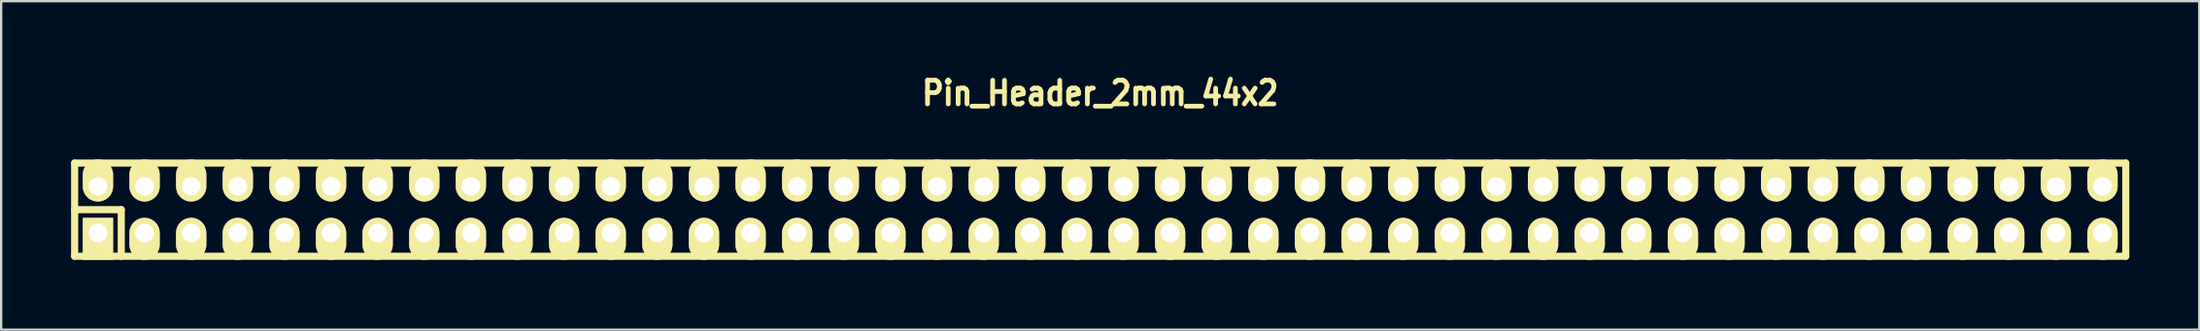
<source format=kicad_pcb>
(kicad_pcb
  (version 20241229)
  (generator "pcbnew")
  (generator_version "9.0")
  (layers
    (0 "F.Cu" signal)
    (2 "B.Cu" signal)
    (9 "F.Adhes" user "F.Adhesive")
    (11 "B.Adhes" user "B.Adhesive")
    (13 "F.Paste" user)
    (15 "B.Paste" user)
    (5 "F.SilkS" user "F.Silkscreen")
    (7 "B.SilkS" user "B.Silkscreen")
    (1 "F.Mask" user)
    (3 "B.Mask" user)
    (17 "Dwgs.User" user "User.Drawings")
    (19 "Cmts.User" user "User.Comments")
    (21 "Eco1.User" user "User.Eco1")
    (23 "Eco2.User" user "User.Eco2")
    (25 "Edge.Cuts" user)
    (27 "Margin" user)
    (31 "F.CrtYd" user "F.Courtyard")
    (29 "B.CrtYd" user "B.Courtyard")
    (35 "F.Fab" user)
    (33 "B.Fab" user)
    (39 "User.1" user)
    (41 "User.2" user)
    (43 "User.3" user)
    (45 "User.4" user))
  (footprint "Pin_Header_2mm_44x2"
    (layer "F.Cu")
    (at 44.152 5.951)
    (property "Reference" "Pin_Header_2mm_44x2" (at 0 -5 0) (layer "F.SilkS") (effects (font (size 1.016 0.889) (thickness 0.203))))
    (attr through_hole)
    (fp_line (start -44 -2) (end 44 -2) (stroke (width 0.305) (type solid)) (layer "F.SilkS"))
    (fp_line (start -44 0) (end -42 0) (stroke (width 0.305) (type solid)) (layer "F.SilkS"))
    (fp_line (start -44 2) (end -44 -2) (stroke (width 0.305) (type solid)) (layer "F.SilkS"))
    (fp_line (start -42 0) (end -42 2) (stroke (width 0.305) (type solid)) (layer "F.SilkS"))
    (fp_line (start 44 -2) (end 44 2) (stroke (width 0.305) (type solid)) (layer "F.SilkS"))
    (fp_line (start 44 2) (end -44 2) (stroke (width 0.305) (type solid)) (layer "F.SilkS"))
    (pad "1" thru_hole rect (at -43 1) (size 1.3 1.8) (drill 0.8 (offset 0 0.25)) (layers "*.Cu" "*.Mask" "F.SilkS"))
    (pad "2" thru_hole oval (at -43 -1) (size 1.3 1.8) (drill 0.8 (offset 0 -0.25)) (layers "*.Cu" "*.Mask" "F.SilkS"))
    (pad "3" thru_hole oval (at -41 1) (size 1.3 1.8) (drill 0.8 (offset 0 0.25)) (layers "*.Cu" "*.Mask" "F.SilkS"))
    (pad "4" thru_hole oval (at -41 -1) (size 1.3 1.8) (drill 0.8 (offset 0 -0.25)) (layers "*.Cu" "*.Mask" "F.SilkS"))
    (pad "5" thru_hole oval (at -39 1) (size 1.3 1.8) (drill 0.8 (offset 0 0.25)) (layers "*.Cu" "*.Mask" "F.SilkS"))
    (pad "6" thru_hole oval (at -39 -1) (size 1.3 1.8) (drill 0.8 (offset 0 -0.25)) (layers "*.Cu" "*.Mask" "F.SilkS"))
    (pad "7" thru_hole oval (at -37 1) (size 1.3 1.8) (drill 0.8 (offset 0 0.25)) (layers "*.Cu" "*.Mask" "F.SilkS"))
    (pad "8" thru_hole oval (at -37 -1) (size 1.3 1.8) (drill 0.8 (offset 0 -0.25)) (layers "*.Cu" "*.Mask" "F.SilkS"))
    (pad "9" thru_hole oval (at -35 1) (size 1.3 1.8) (drill 0.8 (offset 0 0.25)) (layers "*.Cu" "*.Mask" "F.SilkS"))
    (pad "10" thru_hole oval (at -35 -1) (size 1.3 1.8) (drill 0.8 (offset 0 -0.25)) (layers "*.Cu" "*.Mask" "F.SilkS"))
    (pad "11" thru_hole oval (at -33 1) (size 1.3 1.8) (drill 0.8 (offset 0 0.25)) (layers "*.Cu" "*.Mask" "F.SilkS"))
    (pad "12" thru_hole oval (at -33 -1) (size 1.3 1.8) (drill 0.8 (offset 0 -0.25)) (layers "*.Cu" "*.Mask" "F.SilkS"))
    (pad "13" thru_hole oval (at -31 1) (size 1.3 1.8) (drill 0.8 (offset 0 0.25)) (layers "*.Cu" "*.Mask" "F.SilkS"))
    (pad "14" thru_hole oval (at -31 -1) (size 1.3 1.8) (drill 0.8 (offset 0 -0.25)) (layers "*.Cu" "*.Mask" "F.SilkS"))
    (pad "15" thru_hole oval (at -29 1) (size 1.3 1.8) (drill 0.8 (offset 0 0.25)) (layers "*.Cu" "*.Mask" "F.SilkS"))
    (pad "16" thru_hole oval (at -29 -1) (size 1.3 1.8) (drill 0.8 (offset 0 -0.25)) (layers "*.Cu" "*.Mask" "F.SilkS"))
    (pad "17" thru_hole oval (at -27 1) (size 1.3 1.8) (drill 0.8 (offset 0 0.25)) (layers "*.Cu" "*.Mask" "F.SilkS"))
    (pad "18" thru_hole oval (at -27 -1) (size 1.3 1.8) (drill 0.8 (offset 0 -0.25)) (layers "*.Cu" "*.Mask" "F.SilkS"))
    (pad "19" thru_hole oval (at -25 1) (size 1.3 1.8) (drill 0.8 (offset 0 0.25)) (layers "*.Cu" "*.Mask" "F.SilkS"))
    (pad "20" thru_hole oval (at -25 -1) (size 1.3 1.8) (drill 0.8 (offset 0 -0.25)) (layers "*.Cu" "*.Mask" "F.SilkS"))
    (pad "21" thru_hole oval (at -23 1) (size 1.3 1.8) (drill 0.8 (offset 0 0.25)) (layers "*.Cu" "*.Mask" "F.SilkS"))
    (pad "22" thru_hole oval (at -23 -1) (size 1.3 1.8) (drill 0.8 (offset 0 -0.25)) (layers "*.Cu" "*.Mask" "F.SilkS"))
    (pad "23" thru_hole oval (at -21 1) (size 1.3 1.8) (drill 0.8 (offset 0 0.25)) (layers "*.Cu" "*.Mask" "F.SilkS"))
    (pad "24" thru_hole oval (at -21 -1) (size 1.3 1.8) (drill 0.8 (offset 0 -0.25)) (layers "*.Cu" "*.Mask" "F.SilkS"))
    (pad "25" thru_hole oval (at -19 1) (size 1.3 1.8) (drill 0.8 (offset 0 0.25)) (layers "*.Cu" "*.Mask" "F.SilkS"))
    (pad "26" thru_hole oval (at -19 -1) (size 1.3 1.8) (drill 0.8 (offset 0 -0.25)) (layers "*.Cu" "*.Mask" "F.SilkS"))
    (pad "27" thru_hole oval (at -17 1) (size 1.3 1.8) (drill 0.8 (offset 0 0.25)) (layers "*.Cu" "*.Mask" "F.SilkS"))
    (pad "28" thru_hole oval (at -17 -1) (size 1.3 1.8) (drill 0.8 (offset 0 -0.25)) (layers "*.Cu" "*.Mask" "F.SilkS"))
    (pad "29" thru_hole oval (at -15 1) (size 1.3 1.8) (drill 0.8 (offset 0 0.25)) (layers "*.Cu" "*.Mask" "F.SilkS"))
    (pad "30" thru_hole oval (at -15 -1) (size 1.3 1.8) (drill 0.8 (offset 0 -0.25)) (layers "*.Cu" "*.Mask" "F.SilkS"))
    (pad "31" thru_hole oval (at -13 1) (size 1.3 1.8) (drill 0.8 (offset 0 0.25)) (layers "*.Cu" "*.Mask" "F.SilkS"))
    (pad "32" thru_hole oval (at -13 -1) (size 1.3 1.8) (drill 0.8 (offset 0 -0.25)) (layers "*.Cu" "*.Mask" "F.SilkS"))
    (pad "33" thru_hole oval (at -11 1) (size 1.3 1.8) (drill 0.8 (offset 0 0.25)) (layers "*.Cu" "*.Mask" "F.SilkS"))
    (pad "34" thru_hole oval (at -11 -1) (size 1.3 1.8) (drill 0.8 (offset 0 -0.25)) (layers "*.Cu" "*.Mask" "F.SilkS"))
    (pad "35" thru_hole oval (at -9 1) (size 1.3 1.8) (drill 0.8 (offset 0 0.25)) (layers "*.Cu" "*.Mask" "F.SilkS"))
    (pad "36" thru_hole oval (at -9 -1) (size 1.3 1.8) (drill 0.8 (offset 0 -0.25)) (layers "*.Cu" "*.Mask" "F.SilkS"))
    (pad "37" thru_hole oval (at -7 1) (size 1.3 1.8) (drill 0.8 (offset 0 0.25)) (layers "*.Cu" "*.Mask" "F.SilkS"))
    (pad "38" thru_hole oval (at -7 -1) (size 1.3 1.8) (drill 0.8 (offset 0 -0.25)) (layers "*.Cu" "*.Mask" "F.SilkS"))
    (pad "39" thru_hole oval (at -5 1) (size 1.3 1.8) (drill 0.8 (offset 0 0.25)) (layers "*.Cu" "*.Mask" "F.SilkS"))
    (pad "40" thru_hole oval (at -5 -1) (size 1.3 1.8) (drill 0.8 (offset 0 -0.25)) (layers "*.Cu" "*.Mask" "F.SilkS"))
    (pad "41" thru_hole oval (at -3 1) (size 1.3 1.8) (drill 0.8 (offset 0 0.25)) (layers "*.Cu" "*.Mask" "F.SilkS"))
    (pad "42" thru_hole oval (at -3 -1) (size 1.3 1.8) (drill 0.8 (offset 0 -0.25)) (layers "*.Cu" "*.Mask" "F.SilkS"))
    (pad "43" thru_hole oval (at -1 1) (size 1.3 1.8) (drill 0.8 (offset 0 0.25)) (layers "*.Cu" "*.Mask" "F.SilkS"))
    (pad "44" thru_hole oval (at -1 -1) (size 1.3 1.8) (drill 0.8 (offset 0 -0.25)) (layers "*.Cu" "*.Mask" "F.SilkS"))
    (pad "45" thru_hole oval (at 1 1) (size 1.3 1.8) (drill 0.8 (offset 0 0.25)) (layers "*.Cu" "*.Mask" "F.SilkS"))
    (pad "46" thru_hole oval (at 1 -1) (size 1.3 1.8) (drill 0.8 (offset 0 -0.25)) (layers "*.Cu" "*.Mask" "F.SilkS"))
    (pad "47" thru_hole oval (at 3 1) (size 1.3 1.8) (drill 0.8 (offset 0 0.25)) (layers "*.Cu" "*.Mask" "F.SilkS"))
    (pad "48" thru_hole oval (at 3 -1) (size 1.3 1.8) (drill 0.8 (offset 0 -0.25)) (layers "*.Cu" "*.Mask" "F.SilkS"))
    (pad "49" thru_hole oval (at 5 1) (size 1.3 1.8) (drill 0.8 (offset 0 0.25)) (layers "*.Cu" "*.Mask" "F.SilkS"))
    (pad "50" thru_hole oval (at 5 -1) (size 1.3 1.8) (drill 0.8 (offset 0 -0.25)) (layers "*.Cu" "*.Mask" "F.SilkS"))
    (pad "51" thru_hole oval (at 7 1) (size 1.3 1.8) (drill 0.8 (offset 0 0.25)) (layers "*.Cu" "*.Mask" "F.SilkS"))
    (pad "52" thru_hole oval (at 7 -1) (size 1.3 1.8) (drill 0.8 (offset 0 -0.25)) (layers "*.Cu" "*.Mask" "F.SilkS"))
    (pad "53" thru_hole oval (at 9 1) (size 1.3 1.8) (drill 0.8 (offset 0 0.25)) (layers "*.Cu" "*.Mask" "F.SilkS"))
    (pad "54" thru_hole oval (at 9 -1) (size 1.3 1.8) (drill 0.8 (offset 0 -0.25)) (layers "*.Cu" "*.Mask" "F.SilkS"))
    (pad "55" thru_hole oval (at 11 1) (size 1.3 1.8) (drill 0.8 (offset 0 0.25)) (layers "*.Cu" "*.Mask" "F.SilkS"))
    (pad "56" thru_hole oval (at 11 -1) (size 1.3 1.8) (drill 0.8 (offset 0 -0.25)) (layers "*.Cu" "*.Mask" "F.SilkS"))
    (pad "57" thru_hole oval (at 13 1) (size 1.3 1.8) (drill 0.8 (offset 0 0.25)) (layers "*.Cu" "*.Mask" "F.SilkS"))
    (pad "58" thru_hole oval (at 13 -1) (size 1.3 1.8) (drill 0.8 (offset 0 -0.25)) (layers "*.Cu" "*.Mask" "F.SilkS"))
    (pad "59" thru_hole oval (at 15 1) (size 1.3 1.8) (drill 0.8 (offset 0 0.25)) (layers "*.Cu" "*.Mask" "F.SilkS"))
    (pad "60" thru_hole oval (at 15 -1) (size 1.3 1.8) (drill 0.8 (offset 0 -0.25)) (layers "*.Cu" "*.Mask" "F.SilkS"))
    (pad "61" thru_hole oval (at 17 1) (size 1.3 1.8) (drill 0.8 (offset 0 0.25)) (layers "*.Cu" "*.Mask" "F.SilkS"))
    (pad "62" thru_hole oval (at 17 -1) (size 1.3 1.8) (drill 0.8 (offset 0 -0.25)) (layers "*.Cu" "*.Mask" "F.SilkS"))
    (pad "63" thru_hole oval (at 19 1) (size 1.3 1.8) (drill 0.8 (offset 0 0.25)) (layers "*.Cu" "*.Mask" "F.SilkS"))
    (pad "64" thru_hole oval (at 19 -1) (size 1.3 1.8) (drill 0.8 (offset 0 -0.25)) (layers "*.Cu" "*.Mask" "F.SilkS"))
    (pad "65" thru_hole oval (at 21 1) (size 1.3 1.8) (drill 0.8 (offset 0 0.25)) (layers "*.Cu" "*.Mask" "F.SilkS"))
    (pad "66" thru_hole oval (at 21 -1) (size 1.3 1.8) (drill 0.8 (offset 0 -0.25)) (layers "*.Cu" "*.Mask" "F.SilkS"))
    (pad "67" thru_hole oval (at 23 1) (size 1.3 1.8) (drill 0.8 (offset 0 0.25)) (layers "*.Cu" "*.Mask" "F.SilkS"))
    (pad "68" thru_hole oval (at 23 -1) (size 1.3 1.8) (drill 0.8 (offset 0 -0.25)) (layers "*.Cu" "*.Mask" "F.SilkS"))
    (pad "69" thru_hole oval (at 25 1) (size 1.3 1.8) (drill 0.8 (offset 0 0.25)) (layers "*.Cu" "*.Mask" "F.SilkS"))
    (pad "70" thru_hole oval (at 25 -1) (size 1.3 1.8) (drill 0.8 (offset 0 -0.25)) (layers "*.Cu" "*.Mask" "F.SilkS"))
    (pad "71" thru_hole oval (at 27 1) (size 1.3 1.8) (drill 0.8 (offset 0 0.25)) (layers "*.Cu" "*.Mask" "F.SilkS"))
    (pad "72" thru_hole oval (at 27 -1) (size 1.3 1.8) (drill 0.8 (offset 0 -0.25)) (layers "*.Cu" "*.Mask" "F.SilkS"))
    (pad "73" thru_hole oval (at 29 1) (size 1.3 1.8) (drill 0.8 (offset 0 0.25)) (layers "*.Cu" "*.Mask" "F.SilkS"))
    (pad "74" thru_hole oval (at 29 -1) (size 1.3 1.8) (drill 0.8 (offset 0 -0.25)) (layers "*.Cu" "*.Mask" "F.SilkS"))
    (pad "75" thru_hole oval (at 31 1) (size 1.3 1.8) (drill 0.8 (offset 0 0.25)) (layers "*.Cu" "*.Mask" "F.SilkS"))
    (pad "76" thru_hole oval (at 31 -1) (size 1.3 1.8) (drill 0.8 (offset 0 -0.25)) (layers "*.Cu" "*.Mask" "F.SilkS"))
    (pad "77" thru_hole oval (at 33 1) (size 1.3 1.8) (drill 0.8 (offset 0 0.25)) (layers "*.Cu" "*.Mask" "F.SilkS"))
    (pad "78" thru_hole oval (at 33 -1) (size 1.3 1.8) (drill 0.8 (offset 0 -0.25)) (layers "*.Cu" "*.Mask" "F.SilkS"))
    (pad "79" thru_hole oval (at 35 1) (size 1.3 1.8) (drill 0.8 (offset 0 0.25)) (layers "*.Cu" "*.Mask" "F.SilkS"))
    (pad "80" thru_hole oval (at 35 -1) (size 1.3 1.8) (drill 0.8 (offset 0 -0.25)) (layers "*.Cu" "*.Mask" "F.SilkS"))
    (pad "81" thru_hole oval (at 37 1) (size 1.3 1.8) (drill 0.8 (offset 0 0.25)) (layers "*.Cu" "*.Mask" "F.SilkS"))
    (pad "82" thru_hole oval (at 37 -1) (size 1.3 1.8) (drill 0.8 (offset 0 -0.25)) (layers "*.Cu" "*.Mask" "F.SilkS"))
    (pad "83" thru_hole oval (at 39 1) (size 1.3 1.8) (drill 0.8 (offset 0 0.25)) (layers "*.Cu" "*.Mask" "F.SilkS"))
    (pad "84" thru_hole oval (at 39 -1) (size 1.3 1.8) (drill 0.8 (offset 0 -0.25)) (layers "*.Cu" "*.Mask" "F.SilkS"))
    (pad "85" thru_hole oval (at 41 1) (size 1.3 1.8) (drill 0.8 (offset 0 0.25)) (layers "*.Cu" "*.Mask" "F.SilkS"))
    (pad "86" thru_hole oval (at 41 -1) (size 1.3 1.8) (drill 0.8 (offset 0 -0.25)) (layers "*.Cu" "*.Mask" "F.SilkS"))
    (pad "87" thru_hole oval (at 43 1) (size 1.3 1.8) (drill 0.8 (offset 0 0.25)) (layers "*.Cu" "*.Mask" "F.SilkS"))
    (pad "88" thru_hole oval (at 43 -1) (size 1.3 1.8) (drill 0.8 (offset 0 -0.25)) (layers "*.Cu" "*.Mask" "F.SilkS")))
  (gr_rect
    (start -3 -3)
    (end 91.305 11.103)
    (stroke (width 0.1) (type default))
    (fill no)
    (layer "Edge.Cuts")))
</source>
